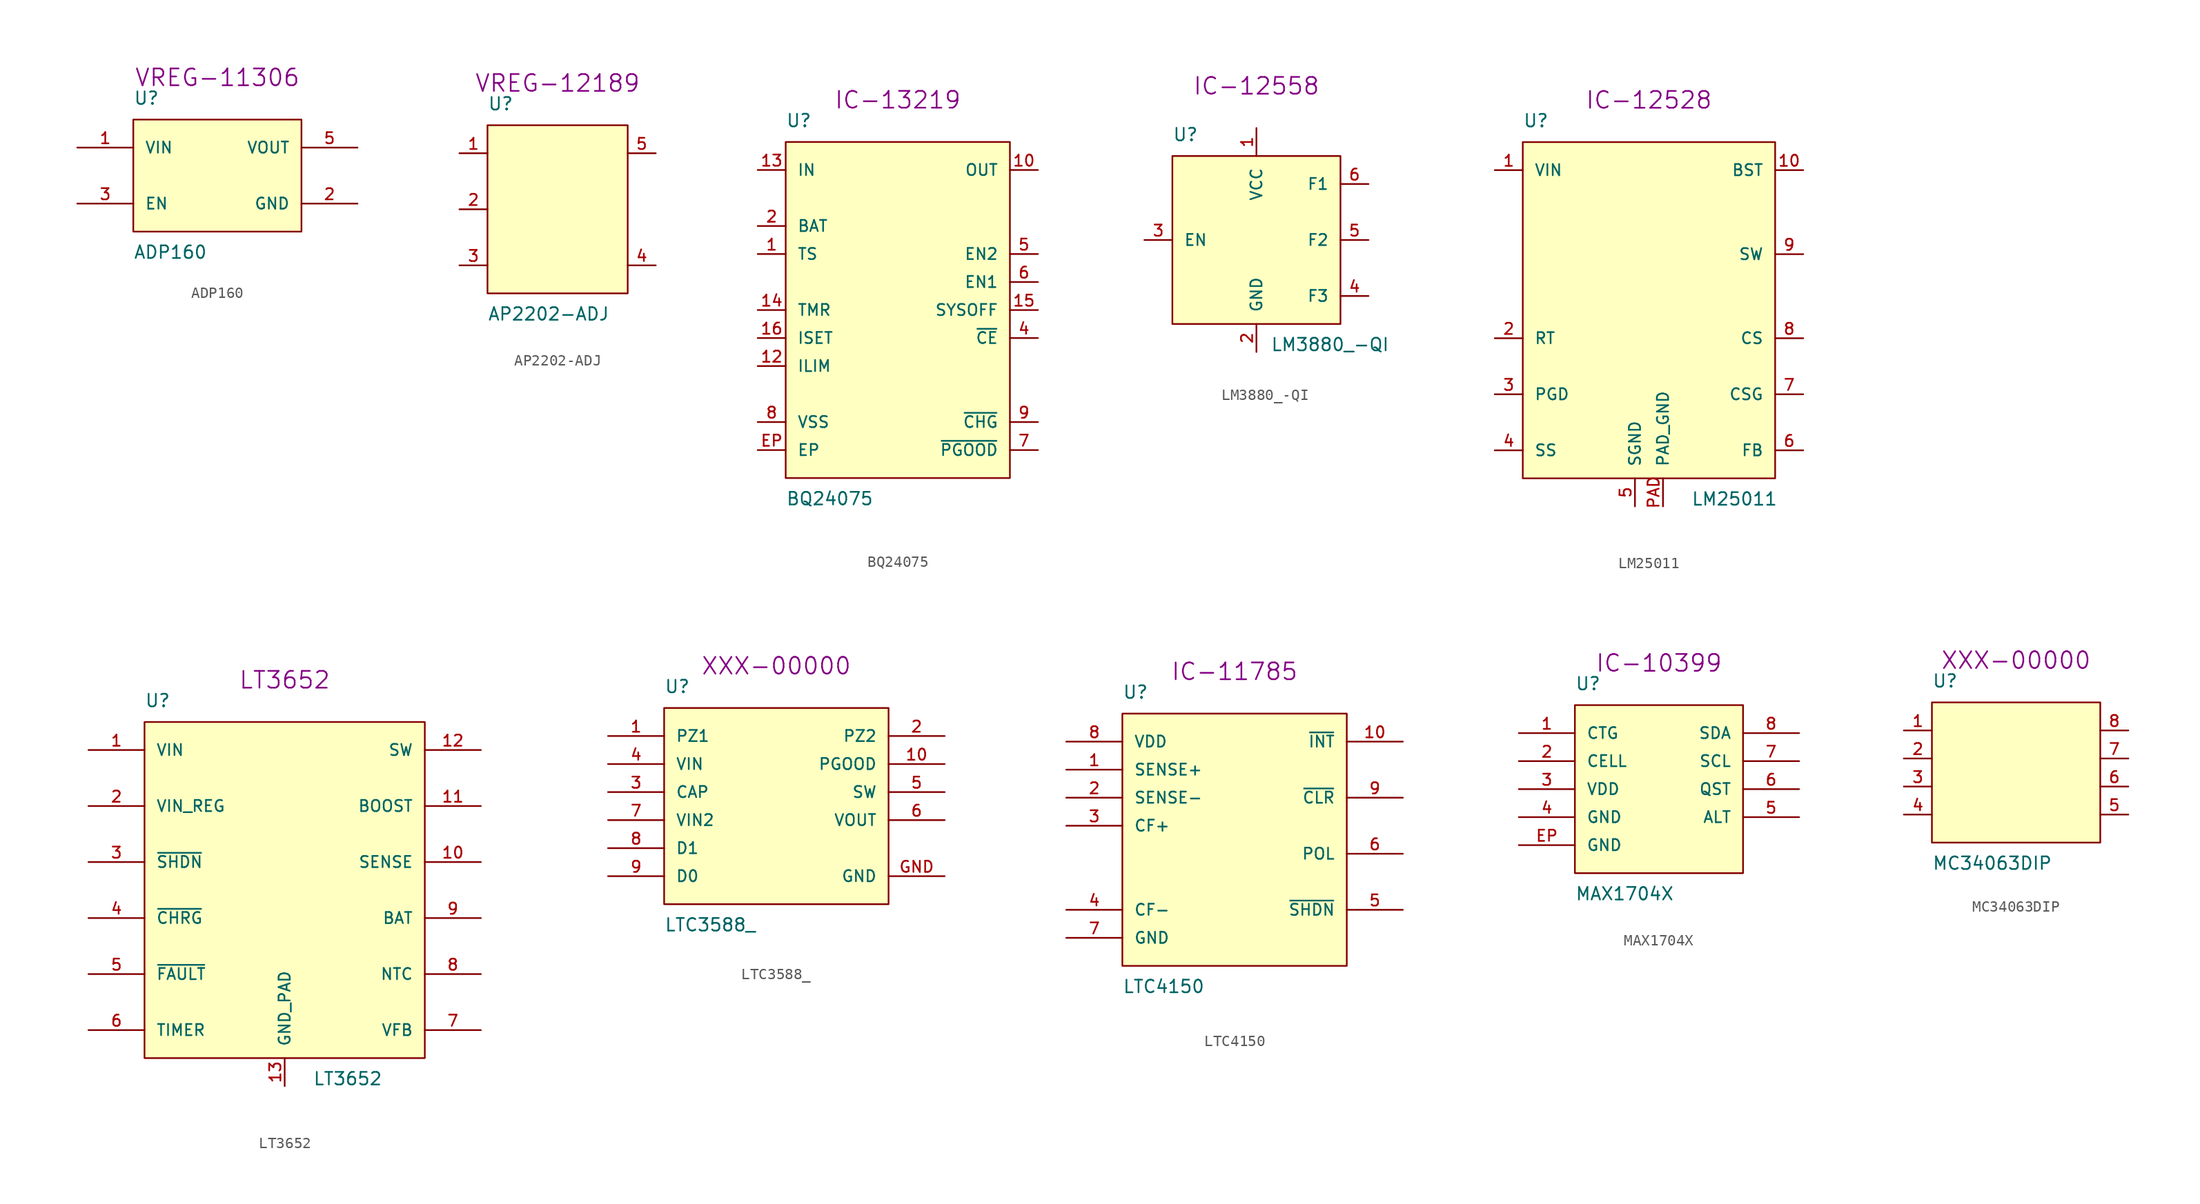
<source format=kicad_sym>
(kicad_symbol_lib
  (version 20201005)
  (generator kicad_symbol_editor)
  (symbol "ADP160"
    (pin_names
      (offset 1.016))
    (property "Reference" "U"
      (at -7.62 6.35 0)
      (effects (font (size 1.143 1.143)) (justify left bottom)))
    (property "Value" "ADP160"
      (at -7.62 -7.62 0)
      (effects (font (size 1.143 1.143)) (justify left bottom)))
    (property "Field4" "VREG-11306"
      (at 0 8.89 0)
      (effects (font (size 1.524 1.524))))
    (property "ki_locked" ""
      (at 0 0 0)
      (effects (font (size 1.27 1.27))))
    (symbol "ADP160_1_1"
      (polyline (pts (xy -7.62 5.08) (xy -7.62 -5.08) (xy 7.62 -5.08) (xy 7.62 5.08) (xy -7.62 5.08)) (stroke (width 0)) (fill (type background)))
      (pin bidirectional line (at -12.7 2.54 0) (length 5.08) (name "VIN" (effects (font (size 1.016 1.016)))) (number "1" (effects (font (size 1.016 1.016)))))
      (pin bidirectional line (at 12.7 -2.54 180) (length 5.08) (name "GND" (effects (font (size 1.016 1.016)))) (number "2" (effects (font (size 1.016 1.016)))))
      (pin bidirectional line (at -12.7 -2.54 0) (length 5.08) (name "EN" (effects (font (size 1.016 1.016)))) (number "3" (effects (font (size 1.016 1.016)))))
      (pin bidirectional line (at 12.7 2.54 180) (length 5.08) (name "VOUT" (effects (font (size 1.016 1.016)))) (number "5" (effects (font (size 1.016 1.016)))))))
  (symbol "AP2202-ADJ"
    (pin_names
      (offset 1.016) hide)
    (property "Reference" "U"
      (at -6.35 8.89 0)
      (effects (font (size 1.143 1.143)) (justify left bottom)))
    (property "Value" "AP2202-ADJ"
      (at -6.35 -10.16 0)
      (effects (font (size 1.143 1.143)) (justify left bottom)))
    (property "Field4" "VREG-12189"
      (at 0 11.43 0)
      (effects (font (size 1.524 1.524))))
    (property "ki_locked" ""
      (at 0 0 0)
      (effects (font (size 1.27 1.27))))
    (symbol "AP2202-ADJ_1_1"
      (polyline (pts (xy -6.35 -7.62) (xy 6.35 -7.62) (xy 6.35 7.62) (xy -6.35 7.62) (xy -6.35 -7.62)) (stroke (width 0)) (fill (type background)))
      (pin input line (at -8.89 5.08 0) (length 2.54) (name "IN" (effects (font (size 1.016 1.016)))) (number "1" (effects (font (size 1.016 1.016)))))
      (pin input line (at -8.89 0 0) (length 2.54) (name "GND" (effects (font (size 1.016 1.016)))) (number "2" (effects (font (size 1.016 1.016)))))
      (pin input line (at -8.89 -5.08 0) (length 2.54) (name "EN" (effects (font (size 1.016 1.016)))) (number "3" (effects (font (size 1.016 1.016)))))
      (pin input line (at 8.89 -5.08 180) (length 2.54) (name "ADJ" (effects (font (size 1.016 1.016)))) (number "4" (effects (font (size 1.016 1.016)))))
      (pin passive line (at 8.89 5.08 180) (length 2.54) (name "OUT" (effects (font (size 1.016 1.016)))) (number "5" (effects (font (size 1.016 1.016)))))))
  (symbol "BQ24075"
    (pin_names
      (offset 1.016))
    (property "Reference" "U"
      (at -10.16 16.51 0)
      (effects (font (size 1.143 1.143)) (justify left bottom)))
    (property "Value" "BQ24075"
      (at -10.16 -17.78 0)
      (effects (font (size 1.143 1.143)) (justify left bottom)))
    (property "Field4" "IC-13219"
      (at 0 19.05 0)
      (effects (font (size 1.524 1.524))))
    (property "ki_locked" ""
      (at 0 0 0)
      (effects (font (size 1.27 1.27))))
    (symbol "BQ24075_1_1"
      (polyline (pts (xy -10.16 15.24) (xy -10.16 -15.24) (xy 10.16 -15.24) (xy 10.16 15.24) (xy -10.16 15.24)) (stroke (width 0)) (fill (type background)))
      (pin bidirectional line (at -12.7 5.08 0) (length 2.54) (name "TS" (effects (font (size 1.016 1.016)))) (number "1" (effects (font (size 1.016 1.016)))))
      (pin bidirectional line (at -12.7 7.62 0) (length 2.54) (name "BAT" (effects (font (size 1.016 1.016)))) (number "2" (effects (font (size 1.016 1.016)))))
      (pin bidirectional line (at -12.7 7.62 0) (length 2.54) hide (name "BAT" (effects (font (size 1.016 1.016)))) (number "3" (effects (font (size 1.016 1.016)))))
      (pin bidirectional line (at 12.7 -2.54 180) (length 2.54) (name "~CE~" (effects (font (size 1.016 1.016)))) (number "4" (effects (font (size 1.016 1.016)))))
      (pin bidirectional line (at 12.7 5.08 180) (length 2.54) (name "EN2" (effects (font (size 1.016 1.016)))) (number "5" (effects (font (size 1.016 1.016)))))
      (pin bidirectional line (at 12.7 2.54 180) (length 2.54) (name "EN1" (effects (font (size 1.016 1.016)))) (number "6" (effects (font (size 1.016 1.016)))))
      (pin bidirectional line (at 12.7 -12.7 180) (length 2.54) (name "~PGOOD~" (effects (font (size 1.016 1.016)))) (number "7" (effects (font (size 1.016 1.016)))))
      (pin bidirectional line (at -12.7 -10.16 0) (length 2.54) (name "VSS" (effects (font (size 1.016 1.016)))) (number "8" (effects (font (size 1.016 1.016)))))
      (pin bidirectional line (at 12.7 -10.16 180) (length 2.54) (name "~CHG~" (effects (font (size 1.016 1.016)))) (number "9" (effects (font (size 1.016 1.016)))))
      (pin bidirectional line (at 12.7 12.7 180) (length 2.54) (name "OUT" (effects (font (size 1.016 1.016)))) (number "10" (effects (font (size 1.016 1.016)))))
      (pin bidirectional line (at 12.7 12.7 180) (length 2.54) hide (name "OUT" (effects (font (size 1.016 1.016)))) (number "11" (effects (font (size 1.016 1.016)))))
      (pin bidirectional line (at -12.7 -5.08 0) (length 2.54) (name "ILIM" (effects (font (size 1.016 1.016)))) (number "12" (effects (font (size 1.016 1.016)))))
      (pin bidirectional line (at -12.7 12.7 0) (length 2.54) (name "IN" (effects (font (size 1.016 1.016)))) (number "13" (effects (font (size 1.016 1.016)))))
      (pin bidirectional line (at -12.7 0 0) (length 2.54) (name "TMR" (effects (font (size 1.016 1.016)))) (number "14" (effects (font (size 1.016 1.016)))))
      (pin bidirectional line (at 12.7 0 180) (length 2.54) (name "SYSOFF" (effects (font (size 1.016 1.016)))) (number "15" (effects (font (size 1.016 1.016)))))
      (pin bidirectional line (at -12.7 -2.54 0) (length 2.54) (name "ISET" (effects (font (size 1.016 1.016)))) (number "16" (effects (font (size 1.016 1.016)))))
      (pin bidirectional line (at -12.7 -12.7 0) (length 2.54) (name "EP" (effects (font (size 1.016 1.016)))) (number "EP" (effects (font (size 1.016 1.016)))))))
  (symbol "LM3880_-QI"
    (pin_names
      (offset 1.016))
    (property "Reference" "U"
      (at -7.62 8.89 0)
      (effects (font (size 1.143 1.143)) (justify left bottom)))
    (property "Value" "LM3880_-QI"
      (at 1.27 -10.16 0)
      (effects (font (size 1.143 1.143)) (justify left bottom)))
    (property "Field4" "IC-12558"
      (at 0 13.97 0)
      (effects (font (size 1.524 1.524))))
    (property "ki_locked" ""
      (at 0 0 0)
      (effects (font (size 1.27 1.27))))
    (symbol "LM3880_-QI_1_1"
      (polyline (pts (xy -7.62 7.62) (xy 7.62 7.62) (xy 7.62 -7.62) (xy -7.62 -7.62) (xy -7.62 7.62)) (stroke (width 0)) (fill (type background)))
      (pin bidirectional line (at 0 10.16 270) (length 2.54) (name "VCC" (effects (font (size 1.016 1.016)))) (number "1" (effects (font (size 1.016 1.016)))))
      (pin bidirectional line (at 0 -10.16 90) (length 2.54) (name "GND" (effects (font (size 1.016 1.016)))) (number "2" (effects (font (size 1.016 1.016)))))
      (pin bidirectional line (at -10.16 0 0) (length 2.54) (name "EN" (effects (font (size 1.016 1.016)))) (number "3" (effects (font (size 1.016 1.016)))))
      (pin bidirectional line (at 10.16 -5.08 180) (length 2.54) (name "F3" (effects (font (size 1.016 1.016)))) (number "4" (effects (font (size 1.016 1.016)))))
      (pin bidirectional line (at 10.16 0 180) (length 2.54) (name "F2" (effects (font (size 1.016 1.016)))) (number "5" (effects (font (size 1.016 1.016)))))
      (pin bidirectional line (at 10.16 5.08 180) (length 2.54) (name "F1" (effects (font (size 1.016 1.016)))) (number "6" (effects (font (size 1.016 1.016)))))))
  (symbol "LM25011"
    (pin_names
      (offset 1.016))
    (property "Reference" "U"
      (at -11.43 16.51 0)
      (effects (font (size 1.143 1.143)) (justify left bottom)))
    (property "Value" "LM25011"
      (at 3.81 -17.78 0)
      (effects (font (size 1.143 1.143)) (justify left bottom)))
    (property "Field4" "IC-12528"
      (at 0 19.05 0)
      (effects (font (size 1.524 1.524))))
    (property "ki_locked" ""
      (at 0 0 0)
      (effects (font (size 1.27 1.27))))
    (symbol "LM25011_1_1"
      (polyline (pts (xy -11.43 -15.24) (xy 11.43 -15.24) (xy 11.43 15.24) (xy -11.43 15.24) (xy -11.43 -15.24)) (stroke (width 0)) (fill (type background)))
      (pin bidirectional line (at -13.97 12.7 0) (length 2.54) (name "VIN" (effects (font (size 1.016 1.016)))) (number "1" (effects (font (size 1.016 1.016)))))
      (pin bidirectional line (at -13.97 -2.54 0) (length 2.54) (name "RT" (effects (font (size 1.016 1.016)))) (number "2" (effects (font (size 1.016 1.016)))))
      (pin bidirectional line (at -13.97 -7.62 0) (length 2.54) (name "PGD" (effects (font (size 1.016 1.016)))) (number "3" (effects (font (size 1.016 1.016)))))
      (pin bidirectional line (at -13.97 -12.7 0) (length 2.54) (name "SS" (effects (font (size 1.016 1.016)))) (number "4" (effects (font (size 1.016 1.016)))))
      (pin bidirectional line (at -1.27 -17.78 90) (length 2.54) (name "SGND" (effects (font (size 1.016 1.016)))) (number "5" (effects (font (size 1.016 1.016)))))
      (pin bidirectional line (at 13.97 -12.7 180) (length 2.54) (name "FB" (effects (font (size 1.016 1.016)))) (number "6" (effects (font (size 1.016 1.016)))))
      (pin bidirectional line (at 13.97 -7.62 180) (length 2.54) (name "CSG" (effects (font (size 1.016 1.016)))) (number "7" (effects (font (size 1.016 1.016)))))
      (pin bidirectional line (at 13.97 -2.54 180) (length 2.54) (name "CS" (effects (font (size 1.016 1.016)))) (number "8" (effects (font (size 1.016 1.016)))))
      (pin bidirectional line (at 13.97 5.08 180) (length 2.54) (name "SW" (effects (font (size 1.016 1.016)))) (number "9" (effects (font (size 1.016 1.016)))))
      (pin bidirectional line (at 13.97 12.7 180) (length 2.54) (name "BST" (effects (font (size 1.016 1.016)))) (number "10" (effects (font (size 1.016 1.016)))))
      (pin bidirectional line (at 1.27 -17.78 90) (length 2.54) (name "PAD_GND" (effects (font (size 1.016 1.016)))) (number "PAD" (effects (font (size 1.016 1.016)))))))
  (symbol "LT3652"
    (pin_names
      (offset 1.016))
    (property "Reference" "U"
      (at -12.7 16.51 0)
      (effects (font (size 1.143 1.143)) (justify left bottom)))
    (property "Value" "LT3652"
      (at 2.54 -17.78 0)
      (effects (font (size 1.143 1.143)) (justify left bottom)))
    (property "Field4" "LT3652"
      (at 0 19.05 0)
      (effects (font (size 1.524 1.524))))
    (property "ki_locked" ""
      (at 0 0 0)
      (effects (font (size 1.27 1.27))))
    (symbol "LT3652_1_1"
      (polyline (pts (xy -12.7 15.24) (xy -12.7 -15.24) (xy 12.7 -15.24) (xy 12.7 15.24) (xy -12.7 15.24)) (stroke (width 0)) (fill (type background)))
      (pin bidirectional line (at -17.78 12.7 0) (length 5.08) (name "VIN" (effects (font (size 1.016 1.016)))) (number "1" (effects (font (size 1.016 1.016)))))
      (pin bidirectional line (at -17.78 7.62 0) (length 5.08) (name "VIN_REG" (effects (font (size 1.016 1.016)))) (number "2" (effects (font (size 1.016 1.016)))))
      (pin bidirectional line (at -17.78 2.54 0) (length 5.08) (name "~SHDN" (effects (font (size 1.016 1.016)))) (number "3" (effects (font (size 1.016 1.016)))))
      (pin bidirectional line (at -17.78 -2.54 0) (length 5.08) (name "~CHRG" (effects (font (size 1.016 1.016)))) (number "4" (effects (font (size 1.016 1.016)))))
      (pin bidirectional line (at -17.78 -7.62 0) (length 5.08) (name "~FAULT" (effects (font (size 1.016 1.016)))) (number "5" (effects (font (size 1.016 1.016)))))
      (pin bidirectional line (at -17.78 -12.7 0) (length 5.08) (name "TIMER" (effects (font (size 1.016 1.016)))) (number "6" (effects (font (size 1.016 1.016)))))
      (pin bidirectional line (at 17.78 -12.7 180) (length 5.08) (name "VFB" (effects (font (size 1.016 1.016)))) (number "7" (effects (font (size 1.016 1.016)))))
      (pin bidirectional line (at 17.78 -7.62 180) (length 5.08) (name "NTC" (effects (font (size 1.016 1.016)))) (number "8" (effects (font (size 1.016 1.016)))))
      (pin bidirectional line (at 17.78 -2.54 180) (length 5.08) (name "BAT" (effects (font (size 1.016 1.016)))) (number "9" (effects (font (size 1.016 1.016)))))
      (pin bidirectional line (at 17.78 2.54 180) (length 5.08) (name "SENSE" (effects (font (size 1.016 1.016)))) (number "10" (effects (font (size 1.016 1.016)))))
      (pin bidirectional line (at 17.78 7.62 180) (length 5.08) (name "BOOST" (effects (font (size 1.016 1.016)))) (number "11" (effects (font (size 1.016 1.016)))))
      (pin bidirectional line (at 17.78 12.7 180) (length 5.08) (name "SW" (effects (font (size 1.016 1.016)))) (number "12" (effects (font (size 1.016 1.016)))))
      (pin bidirectional line (at 0 -17.78 90) (length 2.54) (name "GND_PAD" (effects (font (size 1.016 1.016)))) (number "13" (effects (font (size 1.016 1.016)))))))
  (symbol "LTC3588_"
    (pin_names
      (offset 1.016))
    (property "Reference" "U"
      (at -10.16 8.89 0)
      (effects (font (size 1.143 1.143)) (justify left bottom)))
    (property "Value" "LTC3588_"
      (at -10.16 -12.7 0)
      (effects (font (size 1.143 1.143)) (justify left bottom)))
    (property "Field4" "XXX-00000"
      (at 0 11.43 0)
      (effects (font (size 1.524 1.524))))
    (property "ki_locked" ""
      (at 0 0 0)
      (effects (font (size 1.27 1.27))))
    (symbol "LTC3588__1_1"
      (polyline (pts (xy -10.16 -10.16) (xy 10.16 -10.16) (xy 10.16 7.62) (xy -10.16 7.62) (xy -10.16 -10.16)) (stroke (width 0)) (fill (type background)))
      (pin bidirectional line (at -15.24 5.08 0) (length 5.08) (name "PZ1" (effects (font (size 1.016 1.016)))) (number "1" (effects (font (size 1.016 1.016)))))
      (pin bidirectional line (at 15.24 5.08 180) (length 5.08) (name "PZ2" (effects (font (size 1.016 1.016)))) (number "2" (effects (font (size 1.016 1.016)))))
      (pin bidirectional line (at -15.24 0 0) (length 5.08) (name "CAP" (effects (font (size 1.016 1.016)))) (number "3" (effects (font (size 1.016 1.016)))))
      (pin bidirectional line (at -15.24 2.54 0) (length 5.08) (name "VIN" (effects (font (size 1.016 1.016)))) (number "4" (effects (font (size 1.016 1.016)))))
      (pin bidirectional line (at 15.24 0 180) (length 5.08) (name "SW" (effects (font (size 1.016 1.016)))) (number "5" (effects (font (size 1.016 1.016)))))
      (pin bidirectional line (at 15.24 -2.54 180) (length 5.08) (name "VOUT" (effects (font (size 1.016 1.016)))) (number "6" (effects (font (size 1.016 1.016)))))
      (pin bidirectional line (at -15.24 -2.54 0) (length 5.08) (name "VIN2" (effects (font (size 1.016 1.016)))) (number "7" (effects (font (size 1.016 1.016)))))
      (pin bidirectional line (at -15.24 -5.08 0) (length 5.08) (name "D1" (effects (font (size 1.016 1.016)))) (number "8" (effects (font (size 1.016 1.016)))))
      (pin bidirectional line (at -15.24 -7.62 0) (length 5.08) (name "D0" (effects (font (size 1.016 1.016)))) (number "9" (effects (font (size 1.016 1.016)))))
      (pin bidirectional line (at 15.24 2.54 180) (length 5.08) (name "PGOOD" (effects (font (size 1.016 1.016)))) (number "10" (effects (font (size 1.016 1.016)))))
      (pin bidirectional line (at 15.24 -7.62 180) (length 5.08) (name "GND" (effects (font (size 1.016 1.016)))) (number "GND" (effects (font (size 1.016 1.016)))))))
  (symbol "LTC4150"
    (pin_names
      (offset 1.016))
    (property "Reference" "U"
      (at -10.16 13.97 0)
      (effects (font (size 1.143 1.143)) (justify left bottom)))
    (property "Value" "LTC4150"
      (at -10.16 -12.7 0)
      (effects (font (size 1.143 1.143)) (justify left bottom)))
    (property "Field4" "IC-11785"
      (at 0 16.51 0)
      (effects (font (size 1.524 1.524))))
    (property "ki_locked" ""
      (at 0 0 0)
      (effects (font (size 1.27 1.27))))
    (symbol "LTC4150_1_1"
      (polyline (pts (xy -10.16 12.7) (xy -10.16 -10.16) (xy 10.16 -10.16) (xy 10.16 12.7) (xy -10.16 12.7)) (stroke (width 0)) (fill (type background)))
      (pin bidirectional line (at -15.24 7.62 0) (length 5.08) (name "SENSE+" (effects (font (size 1.016 1.016)))) (number "1" (effects (font (size 1.016 1.016)))))
      (pin bidirectional line (at -15.24 5.08 0) (length 5.08) (name "SENSE-" (effects (font (size 1.016 1.016)))) (number "2" (effects (font (size 1.016 1.016)))))
      (pin bidirectional line (at -15.24 2.54 0) (length 5.08) (name "CF+" (effects (font (size 1.016 1.016)))) (number "3" (effects (font (size 1.016 1.016)))))
      (pin bidirectional line (at -15.24 -5.08 0) (length 5.08) (name "CF-" (effects (font (size 1.016 1.016)))) (number "4" (effects (font (size 1.016 1.016)))))
      (pin input line (at 15.24 -5.08 180) (length 5.08) (name "~SHDN~" (effects (font (size 1.016 1.016)))) (number "5" (effects (font (size 1.016 1.016)))))
      (pin bidirectional line (at 15.24 0 180) (length 5.08) (name "POL" (effects (font (size 1.016 1.016)))) (number "6" (effects (font (size 1.016 1.016)))))
      (pin power_in line (at -15.24 -7.62 0) (length 5.08) (name "GND" (effects (font (size 1.016 1.016)))) (number "7" (effects (font (size 1.016 1.016)))))
      (pin power_in line (at -15.24 10.16 0) (length 5.08) (name "VDD" (effects (font (size 1.016 1.016)))) (number "8" (effects (font (size 1.016 1.016)))))
      (pin bidirectional line (at 15.24 5.08 180) (length 5.08) (name "~CLR~" (effects (font (size 1.016 1.016)))) (number "9" (effects (font (size 1.016 1.016)))))
      (pin bidirectional line (at 15.24 10.16 180) (length 5.08) (name "~INT~" (effects (font (size 1.016 1.016)))) (number "10" (effects (font (size 1.016 1.016)))))))
  (symbol "MAX1704X"
    (pin_names
      (offset 1.016))
    (property "Reference" "U"
      (at -7.62 8.89 0)
      (effects (font (size 1.143 1.143)) (justify left bottom)))
    (property "Value" "MAX1704X"
      (at -7.62 -10.16 0)
      (effects (font (size 1.143 1.143)) (justify left bottom)))
    (property "Field4" "IC-10399"
      (at 0 11.43 0)
      (effects (font (size 1.524 1.524))))
    (property "ki_locked" ""
      (at 0 0 0)
      (effects (font (size 1.27 1.27))))
    (symbol "MAX1704X_1_1"
      (polyline (pts (xy -7.62 7.62) (xy -7.62 -7.62) (xy 7.62 -7.62) (xy 7.62 7.62) (xy -7.62 7.62)) (stroke (width 0)) (fill (type background)))
      (pin bidirectional line (at -12.7 5.08 0) (length 5.08) (name "CTG" (effects (font (size 1.016 1.016)))) (number "1" (effects (font (size 1.016 1.016)))))
      (pin bidirectional line (at -12.7 2.54 0) (length 5.08) (name "CELL" (effects (font (size 1.016 1.016)))) (number "2" (effects (font (size 1.016 1.016)))))
      (pin bidirectional line (at -12.7 0 0) (length 5.08) (name "VDD" (effects (font (size 1.016 1.016)))) (number "3" (effects (font (size 1.016 1.016)))))
      (pin bidirectional line (at -12.7 -2.54 0) (length 5.08) (name "GND" (effects (font (size 1.016 1.016)))) (number "4" (effects (font (size 1.016 1.016)))))
      (pin bidirectional line (at 12.7 -2.54 180) (length 5.08) (name "ALT" (effects (font (size 1.016 1.016)))) (number "5" (effects (font (size 1.016 1.016)))))
      (pin bidirectional line (at 12.7 0 180) (length 5.08) (name "QST" (effects (font (size 1.016 1.016)))) (number "6" (effects (font (size 1.016 1.016)))))
      (pin bidirectional line (at 12.7 2.54 180) (length 5.08) (name "SCL" (effects (font (size 1.016 1.016)))) (number "7" (effects (font (size 1.016 1.016)))))
      (pin bidirectional line (at 12.7 5.08 180) (length 5.08) (name "SDA" (effects (font (size 1.016 1.016)))) (number "8" (effects (font (size 1.016 1.016)))))
      (pin bidirectional line (at -12.7 -5.08 0) (length 5.08) (name "GND" (effects (font (size 1.016 1.016)))) (number "EP" (effects (font (size 1.016 1.016)))))))
  (symbol "MC34063DIP"
    (pin_names
      (offset 1.016) hide)
    (property "Reference" "U"
      (at -7.62 8.89 0)
      (effects (font (size 1.143 1.143)) (justify left bottom)))
    (property "Value" "MC34063DIP"
      (at -7.62 -7.62 0)
      (effects (font (size 1.143 1.143)) (justify left bottom)))
    (property "Field4" "XXX-00000"
      (at 0 11.43 0)
      (effects (font (size 1.524 1.524))))
    (property "ki_locked" ""
      (at 0 0 0)
      (effects (font (size 1.27 1.27))))
    (symbol "MC34063DIP_1_1"
      (polyline (pts (xy -7.62 -5.08) (xy 7.62 -5.08) (xy 7.62 7.62) (xy -7.62 7.62) (xy -7.62 -5.08)) (stroke (width 0)) (fill (type background)))
      (pin bidirectional line (at -10.16 5.08 0) (length 2.54) (name "SWC" (effects (font (size 1.016 1.016)))) (number "1" (effects (font (size 1.016 1.016)))))
      (pin bidirectional line (at -10.16 2.54 0) (length 2.54) (name "SWE" (effects (font (size 1.016 1.016)))) (number "2" (effects (font (size 1.016 1.016)))))
      (pin bidirectional line (at -10.16 0 0) (length 2.54) (name "TC" (effects (font (size 1.016 1.016)))) (number "3" (effects (font (size 1.016 1.016)))))
      (pin bidirectional line (at -10.16 -2.54 0) (length 2.54) (name "GND" (effects (font (size 1.016 1.016)))) (number "4" (effects (font (size 1.016 1.016)))))
      (pin bidirectional line (at 10.16 -2.54 180) (length 2.54) (name "COMP" (effects (font (size 1.016 1.016)))) (number "5" (effects (font (size 1.016 1.016)))))
      (pin bidirectional line (at 10.16 0 180) (length 2.54) (name "VCC" (effects (font (size 1.016 1.016)))) (number "6" (effects (font (size 1.016 1.016)))))
      (pin bidirectional line (at 10.16 2.54 180) (length 2.54) (name "SEN" (effects (font (size 1.016 1.016)))) (number "7" (effects (font (size 1.016 1.016)))))
      (pin bidirectional line (at 10.16 5.08 180) (length 2.54) (name "DVR" (effects (font (size 1.016 1.016)))) (number "8" (effects (font (size 1.016 1.016))))))))
</source>
